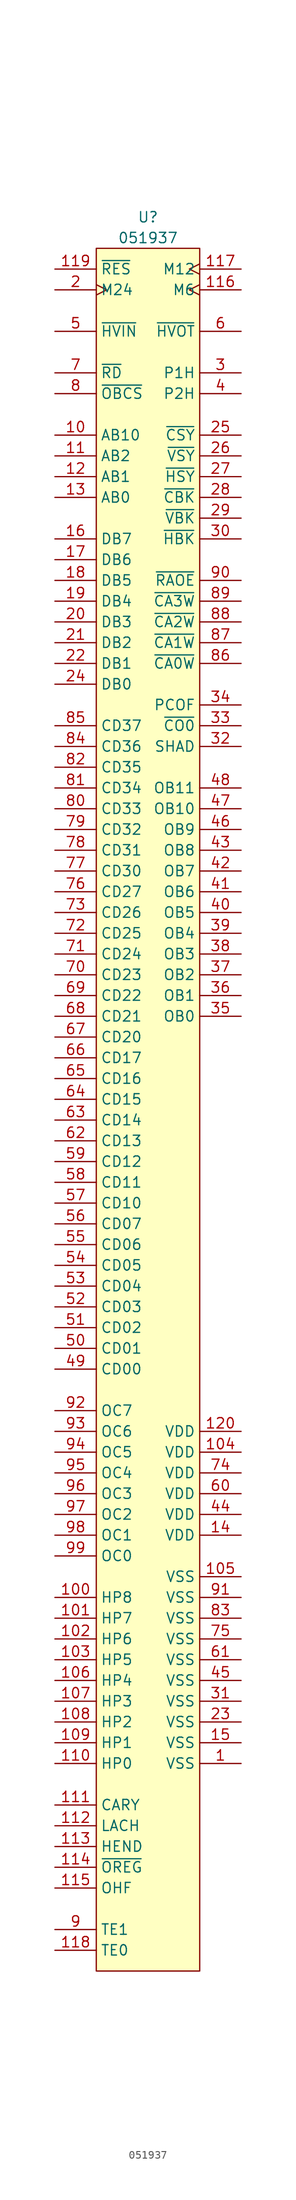
<source format=kicad_sym>
(kicad_symbol_lib
  (version 20231120)
  (generator "kicad_symbol_editor")
  (generator_version "8.0")
  (symbol "051937"
    (property "Reference" "U"
      (at 0 109.22 0)
      (effects (font (size 1.27 1.27))))
    (property "Value" "051937"
      (at 0 106.68 0)
      (effects (font (size 1.27 1.27))))
    (symbol "051937_1_0"
      (pin output line (at 11.43 77.47 180) (length 5.08) (name "~{HSY}" (effects (font (size 1.27 1.27)))) (number "27" (effects (font (size 1.27 1.27))))))
    (symbol "051937_1_1"
      (rectangle (start -6.35 105.41) (end 6.35 -105.41) (stroke (width 0) (type default)) (fill (type background)))
      (pin power_in line (at 11.43 -80.01 180) (length 5.08) (name "VSS" (effects (font (size 1.27 1.27)))) (number "1" (effects (font (size 1.27 1.27)))))
      (pin input line (at -11.43 82.55 0) (length 5.08) (name "AB10" (effects (font (size 1.27 1.27)))) (number "10" (effects (font (size 1.27 1.27)))))
      (pin input line (at -11.43 -59.69 0) (length 5.08) (name "HP8" (effects (font (size 1.27 1.27)))) (number "100" (effects (font (size 1.27 1.27)))))
      (pin input line (at -11.43 -62.23 0) (length 5.08) (name "HP7" (effects (font (size 1.27 1.27)))) (number "101" (effects (font (size 1.27 1.27)))))
      (pin input line (at -11.43 -64.77 0) (length 5.08) (name "HP6" (effects (font (size 1.27 1.27)))) (number "102" (effects (font (size 1.27 1.27)))))
      (pin input line (at -11.43 -67.31 0) (length 5.08) (name "HP5" (effects (font (size 1.27 1.27)))) (number "103" (effects (font (size 1.27 1.27)))))
      (pin power_in line (at 11.43 -41.91 180) (length 5.08) (name "VDD" (effects (font (size 1.27 1.27)))) (number "104" (effects (font (size 1.27 1.27)))))
      (pin power_in line (at 11.43 -57.15 180) (length 5.08) (name "VSS" (effects (font (size 1.27 1.27)))) (number "105" (effects (font (size 1.27 1.27)))))
      (pin input line (at -11.43 -69.85 0) (length 5.08) (name "HP4" (effects (font (size 1.27 1.27)))) (number "106" (effects (font (size 1.27 1.27)))))
      (pin input line (at -11.43 -72.39 0) (length 5.08) (name "HP3" (effects (font (size 1.27 1.27)))) (number "107" (effects (font (size 1.27 1.27)))))
      (pin input line (at -11.43 -74.93 0) (length 5.08) (name "HP2" (effects (font (size 1.27 1.27)))) (number "108" (effects (font (size 1.27 1.27)))))
      (pin input line (at -11.43 -77.47 0) (length 5.08) (name "HP1" (effects (font (size 1.27 1.27)))) (number "109" (effects (font (size 1.27 1.27)))))
      (pin input line (at -11.43 80.01 0) (length 5.08) (name "AB2" (effects (font (size 1.27 1.27)))) (number "11" (effects (font (size 1.27 1.27)))))
      (pin input line (at -11.43 -80.01 0) (length 5.08) (name "HP0" (effects (font (size 1.27 1.27)))) (number "110" (effects (font (size 1.27 1.27)))))
      (pin input line (at -11.43 -85.09 0) (length 5.08) (name "CARY" (effects (font (size 1.27 1.27)))) (number "111" (effects (font (size 1.27 1.27)))))
      (pin input line (at -11.43 -87.63 0) (length 5.08) (name "LACH" (effects (font (size 1.27 1.27)))) (number "112" (effects (font (size 1.27 1.27)))))
      (pin input line (at -11.43 -90.17 0) (length 5.08) (name "HEND" (effects (font (size 1.27 1.27)))) (number "113" (effects (font (size 1.27 1.27)))))
      (pin input line (at -11.43 -92.71 0) (length 5.08) (name "~{OREG}" (effects (font (size 1.27 1.27)))) (number "114" (effects (font (size 1.27 1.27)))))
      (pin input line (at -11.43 -95.25 0) (length 5.08) (name "OHF" (effects (font (size 1.27 1.27)))) (number "115" (effects (font (size 1.27 1.27)))))
      (pin output clock (at 11.43 100.33 180) (length 5.08) (name "M6" (effects (font (size 1.27 1.27)))) (number "116" (effects (font (size 1.27 1.27)))))
      (pin output clock (at 11.43 102.87 180) (length 5.08) (name "M12" (effects (font (size 1.27 1.27)))) (number "117" (effects (font (size 1.27 1.27)))))
      (pin input line (at -11.43 -102.87 0) (length 5.08) (name "TE0" (effects (font (size 1.27 1.27)))) (number "118" (effects (font (size 1.27 1.27)))))
      (pin input line (at -11.43 102.87 0) (length 5.08) (name "~{RES}" (effects (font (size 1.27 1.27)))) (number "119" (effects (font (size 1.27 1.27)))))
      (pin input line (at -11.43 77.47 0) (length 5.08) (name "AB1" (effects (font (size 1.27 1.27)))) (number "12" (effects (font (size 1.27 1.27)))))
      (pin power_in line (at 11.43 -39.37 180) (length 5.08) (name "VDD" (effects (font (size 1.27 1.27)))) (number "120" (effects (font (size 1.27 1.27)))))
      (pin input line (at -11.43 74.93 0) (length 5.08) (name "AB0" (effects (font (size 1.27 1.27)))) (number "13" (effects (font (size 1.27 1.27)))))
      (pin power_in line (at 11.43 -52.07 180) (length 5.08) (name "VDD" (effects (font (size 1.27 1.27)))) (number "14" (effects (font (size 1.27 1.27)))))
      (pin power_in line (at 11.43 -77.47 180) (length 5.08) (name "VSS" (effects (font (size 1.27 1.27)))) (number "15" (effects (font (size 1.27 1.27)))))
      (pin bidirectional line (at -11.43 69.85 0) (length 5.08) (name "DB7" (effects (font (size 1.27 1.27)))) (number "16" (effects (font (size 1.27 1.27)))))
      (pin bidirectional line (at -11.43 67.31 0) (length 5.08) (name "DB6" (effects (font (size 1.27 1.27)))) (number "17" (effects (font (size 1.27 1.27)))))
      (pin bidirectional line (at -11.43 64.77 0) (length 5.08) (name "DB5" (effects (font (size 1.27 1.27)))) (number "18" (effects (font (size 1.27 1.27)))))
      (pin bidirectional line (at -11.43 62.23 0) (length 5.08) (name "DB4" (effects (font (size 1.27 1.27)))) (number "19" (effects (font (size 1.27 1.27)))))
      (pin input clock (at -11.43 100.33 0) (length 5.08) (name "M24" (effects (font (size 1.27 1.27)))) (number "2" (effects (font (size 1.27 1.27)))))
      (pin bidirectional line (at -11.43 59.69 0) (length 5.08) (name "DB3" (effects (font (size 1.27 1.27)))) (number "20" (effects (font (size 1.27 1.27)))))
      (pin bidirectional line (at -11.43 57.15 0) (length 5.08) (name "DB2" (effects (font (size 1.27 1.27)))) (number "21" (effects (font (size 1.27 1.27)))))
      (pin bidirectional line (at -11.43 54.61 0) (length 5.08) (name "DB1" (effects (font (size 1.27 1.27)))) (number "22" (effects (font (size 1.27 1.27)))))
      (pin power_in line (at 11.43 -74.93 180) (length 5.08) (name "VSS" (effects (font (size 1.27 1.27)))) (number "23" (effects (font (size 1.27 1.27)))))
      (pin bidirectional line (at -11.43 52.07 0) (length 5.08) (name "DB0" (effects (font (size 1.27 1.27)))) (number "24" (effects (font (size 1.27 1.27)))))
      (pin output line (at 11.43 82.55 180) (length 5.08) (name "~{CSY}" (effects (font (size 1.27 1.27)))) (number "25" (effects (font (size 1.27 1.27)))))
      (pin output line (at 11.43 80.01 180) (length 5.08) (name "~{VSY}" (effects (font (size 1.27 1.27)))) (number "26" (effects (font (size 1.27 1.27)))))
      (pin output line (at 11.43 74.93 180) (length 5.08) (name "~{CBK}" (effects (font (size 1.27 1.27)))) (number "28" (effects (font (size 1.27 1.27)))))
      (pin output line (at 11.43 72.39 180) (length 5.08) (name "~{VBK}" (effects (font (size 1.27 1.27)))) (number "29" (effects (font (size 1.27 1.27)))))
      (pin output line (at 11.43 90.17 180) (length 5.08) (name "P1H" (effects (font (size 1.27 1.27)))) (number "3" (effects (font (size 1.27 1.27)))))
      (pin output line (at 11.43 69.85 180) (length 5.08) (name "~{HBK}" (effects (font (size 1.27 1.27)))) (number "30" (effects (font (size 1.27 1.27)))))
      (pin power_in line (at 11.43 -72.39 180) (length 5.08) (name "VSS" (effects (font (size 1.27 1.27)))) (number "31" (effects (font (size 1.27 1.27)))))
      (pin output line (at 11.43 44.45 180) (length 5.08) (name "SHAD" (effects (font (size 1.27 1.27)))) (number "32" (effects (font (size 1.27 1.27)))))
      (pin output line (at 11.43 46.99 180) (length 5.08) (name "~{CO0}" (effects (font (size 1.27 1.27)))) (number "33" (effects (font (size 1.27 1.27)))))
      (pin output line (at 11.43 49.53 180) (length 5.08) (name "PCOF" (effects (font (size 1.27 1.27)))) (number "34" (effects (font (size 1.27 1.27)))))
      (pin output line (at 11.43 11.43 180) (length 5.08) (name "OB0" (effects (font (size 1.27 1.27)))) (number "35" (effects (font (size 1.27 1.27)))))
      (pin output line (at 11.43 13.97 180) (length 5.08) (name "OB1" (effects (font (size 1.27 1.27)))) (number "36" (effects (font (size 1.27 1.27)))))
      (pin output line (at 11.43 16.51 180) (length 5.08) (name "OB2" (effects (font (size 1.27 1.27)))) (number "37" (effects (font (size 1.27 1.27)))))
      (pin output line (at 11.43 19.05 180) (length 5.08) (name "OB3" (effects (font (size 1.27 1.27)))) (number "38" (effects (font (size 1.27 1.27)))))
      (pin output line (at 11.43 21.59 180) (length 5.08) (name "OB4" (effects (font (size 1.27 1.27)))) (number "39" (effects (font (size 1.27 1.27)))))
      (pin output line (at 11.43 87.63 180) (length 5.08) (name "P2H" (effects (font (size 1.27 1.27)))) (number "4" (effects (font (size 1.27 1.27)))))
      (pin output line (at 11.43 24.13 180) (length 5.08) (name "OB5" (effects (font (size 1.27 1.27)))) (number "40" (effects (font (size 1.27 1.27)))))
      (pin output line (at 11.43 26.67 180) (length 5.08) (name "OB6" (effects (font (size 1.27 1.27)))) (number "41" (effects (font (size 1.27 1.27)))))
      (pin output line (at 11.43 29.21 180) (length 5.08) (name "OB7" (effects (font (size 1.27 1.27)))) (number "42" (effects (font (size 1.27 1.27)))))
      (pin output line (at 11.43 31.75 180) (length 5.08) (name "OB8" (effects (font (size 1.27 1.27)))) (number "43" (effects (font (size 1.27 1.27)))))
      (pin power_in line (at 11.43 -49.53 180) (length 5.08) (name "VDD" (effects (font (size 1.27 1.27)))) (number "44" (effects (font (size 1.27 1.27)))))
      (pin power_in line (at 11.43 -69.85 180) (length 5.08) (name "VSS" (effects (font (size 1.27 1.27)))) (number "45" (effects (font (size 1.27 1.27)))))
      (pin output line (at 11.43 34.29 180) (length 5.08) (name "OB9" (effects (font (size 1.27 1.27)))) (number "46" (effects (font (size 1.27 1.27)))))
      (pin output line (at 11.43 36.83 180) (length 5.08) (name "OB10" (effects (font (size 1.27 1.27)))) (number "47" (effects (font (size 1.27 1.27)))))
      (pin output line (at 11.43 39.37 180) (length 5.08) (name "OB11" (effects (font (size 1.27 1.27)))) (number "48" (effects (font (size 1.27 1.27)))))
      (pin bidirectional line (at -11.43 -31.75 0) (length 5.08) (name "CD00" (effects (font (size 1.27 1.27)))) (number "49" (effects (font (size 1.27 1.27)))))
      (pin input line (at -11.43 95.25 0) (length 5.08) (name "~{HVIN}" (effects (font (size 1.27 1.27)))) (number "5" (effects (font (size 1.27 1.27)))))
      (pin bidirectional line (at -11.43 -29.21 0) (length 5.08) (name "CD01" (effects (font (size 1.27 1.27)))) (number "50" (effects (font (size 1.27 1.27)))))
      (pin bidirectional line (at -11.43 -26.67 0) (length 5.08) (name "CD02" (effects (font (size 1.27 1.27)))) (number "51" (effects (font (size 1.27 1.27)))))
      (pin bidirectional line (at -11.43 -24.13 0) (length 5.08) (name "CD03" (effects (font (size 1.27 1.27)))) (number "52" (effects (font (size 1.27 1.27)))))
      (pin bidirectional line (at -11.43 -21.59 0) (length 5.08) (name "CD04" (effects (font (size 1.27 1.27)))) (number "53" (effects (font (size 1.27 1.27)))))
      (pin bidirectional line (at -11.43 -19.05 0) (length 5.08) (name "CD05" (effects (font (size 1.27 1.27)))) (number "54" (effects (font (size 1.27 1.27)))))
      (pin bidirectional line (at -11.43 -16.51 0) (length 5.08) (name "CD06" (effects (font (size 1.27 1.27)))) (number "55" (effects (font (size 1.27 1.27)))))
      (pin bidirectional line (at -11.43 -13.97 0) (length 5.08) (name "CD07" (effects (font (size 1.27 1.27)))) (number "56" (effects (font (size 1.27 1.27)))))
      (pin bidirectional line (at -11.43 -11.43 0) (length 5.08) (name "CD10" (effects (font (size 1.27 1.27)))) (number "57" (effects (font (size 1.27 1.27)))))
      (pin bidirectional line (at -11.43 -8.89 0) (length 5.08) (name "CD11" (effects (font (size 1.27 1.27)))) (number "58" (effects (font (size 1.27 1.27)))))
      (pin bidirectional line (at -11.43 -6.35 0) (length 5.08) (name "CD12" (effects (font (size 1.27 1.27)))) (number "59" (effects (font (size 1.27 1.27)))))
      (pin output line (at 11.43 95.25 180) (length 5.08) (name "~{HVOT}" (effects (font (size 1.27 1.27)))) (number "6" (effects (font (size 1.27 1.27)))))
      (pin power_in line (at 11.43 -46.99 180) (length 5.08) (name "VDD" (effects (font (size 1.27 1.27)))) (number "60" (effects (font (size 1.27 1.27)))))
      (pin power_in line (at 11.43 -67.31 180) (length 5.08) (name "VSS" (effects (font (size 1.27 1.27)))) (number "61" (effects (font (size 1.27 1.27)))))
      (pin bidirectional line (at -11.43 -3.81 0) (length 5.08) (name "CD13" (effects (font (size 1.27 1.27)))) (number "62" (effects (font (size 1.27 1.27)))))
      (pin bidirectional line (at -11.43 -1.27 0) (length 5.08) (name "CD14" (effects (font (size 1.27 1.27)))) (number "63" (effects (font (size 1.27 1.27)))))
      (pin bidirectional line (at -11.43 1.27 0) (length 5.08) (name "CD15" (effects (font (size 1.27 1.27)))) (number "64" (effects (font (size 1.27 1.27)))))
      (pin bidirectional line (at -11.43 3.81 0) (length 5.08) (name "CD16" (effects (font (size 1.27 1.27)))) (number "65" (effects (font (size 1.27 1.27)))))
      (pin bidirectional line (at -11.43 6.35 0) (length 5.08) (name "CD17" (effects (font (size 1.27 1.27)))) (number "66" (effects (font (size 1.27 1.27)))))
      (pin bidirectional line (at -11.43 8.89 0) (length 5.08) (name "CD20" (effects (font (size 1.27 1.27)))) (number "67" (effects (font (size 1.27 1.27)))))
      (pin bidirectional line (at -11.43 11.43 0) (length 5.08) (name "CD21" (effects (font (size 1.27 1.27)))) (number "68" (effects (font (size 1.27 1.27)))))
      (pin bidirectional line (at -11.43 13.97 0) (length 5.08) (name "CD22" (effects (font (size 1.27 1.27)))) (number "69" (effects (font (size 1.27 1.27)))))
      (pin input line (at -11.43 90.17 0) (length 5.08) (name "~{RD}" (effects (font (size 1.27 1.27)))) (number "7" (effects (font (size 1.27 1.27)))))
      (pin bidirectional line (at -11.43 16.51 0) (length 5.08) (name "CD23" (effects (font (size 1.27 1.27)))) (number "70" (effects (font (size 1.27 1.27)))))
      (pin bidirectional line (at -11.43 19.05 0) (length 5.08) (name "CD24" (effects (font (size 1.27 1.27)))) (number "71" (effects (font (size 1.27 1.27)))))
      (pin bidirectional line (at -11.43 21.59 0) (length 5.08) (name "CD25" (effects (font (size 1.27 1.27)))) (number "72" (effects (font (size 1.27 1.27)))))
      (pin bidirectional line (at -11.43 24.13 0) (length 5.08) (name "CD26" (effects (font (size 1.27 1.27)))) (number "73" (effects (font (size 1.27 1.27)))))
      (pin power_in line (at 11.43 -44.45 180) (length 5.08) (name "VDD" (effects (font (size 1.27 1.27)))) (number "74" (effects (font (size 1.27 1.27)))))
      (pin power_in line (at 11.43 -64.77 180) (length 5.08) (name "VSS" (effects (font (size 1.27 1.27)))) (number "75" (effects (font (size 1.27 1.27)))))
      (pin bidirectional line (at -11.43 26.67 0) (length 5.08) (name "CD27" (effects (font (size 1.27 1.27)))) (number "76" (effects (font (size 1.27 1.27)))))
      (pin bidirectional line (at -11.43 29.21 0) (length 5.08) (name "CD30" (effects (font (size 1.27 1.27)))) (number "77" (effects (font (size 1.27 1.27)))))
      (pin bidirectional line (at -11.43 31.75 0) (length 5.08) (name "CD31" (effects (font (size 1.27 1.27)))) (number "78" (effects (font (size 1.27 1.27)))))
      (pin bidirectional line (at -11.43 34.29 0) (length 5.08) (name "CD32" (effects (font (size 1.27 1.27)))) (number "79" (effects (font (size 1.27 1.27)))))
      (pin input line (at -11.43 87.63 0) (length 5.08) (name "~{OBCS}" (effects (font (size 1.27 1.27)))) (number "8" (effects (font (size 1.27 1.27)))))
      (pin bidirectional line (at -11.43 36.83 0) (length 5.08) (name "CD33" (effects (font (size 1.27 1.27)))) (number "80" (effects (font (size 1.27 1.27)))))
      (pin bidirectional line (at -11.43 39.37 0) (length 5.08) (name "CD34" (effects (font (size 1.27 1.27)))) (number "81" (effects (font (size 1.27 1.27)))))
      (pin bidirectional line (at -11.43 41.91 0) (length 5.08) (name "CD35" (effects (font (size 1.27 1.27)))) (number "82" (effects (font (size 1.27 1.27)))))
      (pin power_in line (at 11.43 -62.23 180) (length 5.08) (name "VSS" (effects (font (size 1.27 1.27)))) (number "83" (effects (font (size 1.27 1.27)))))
      (pin bidirectional line (at -11.43 44.45 0) (length 5.08) (name "CD36" (effects (font (size 1.27 1.27)))) (number "84" (effects (font (size 1.27 1.27)))))
      (pin bidirectional line (at -11.43 46.99 0) (length 5.08) (name "CD37" (effects (font (size 1.27 1.27)))) (number "85" (effects (font (size 1.27 1.27)))))
      (pin output line (at 11.43 54.61 180) (length 5.08) (name "~{CA0W}" (effects (font (size 1.27 1.27)))) (number "86" (effects (font (size 1.27 1.27)))))
      (pin output line (at 11.43 57.15 180) (length 5.08) (name "~{CA1W}" (effects (font (size 1.27 1.27)))) (number "87" (effects (font (size 1.27 1.27)))))
      (pin output line (at 11.43 59.69 180) (length 5.08) (name "~{CA2W}" (effects (font (size 1.27 1.27)))) (number "88" (effects (font (size 1.27 1.27)))))
      (pin output line (at 11.43 62.23 180) (length 5.08) (name "~{CA3W}" (effects (font (size 1.27 1.27)))) (number "89" (effects (font (size 1.27 1.27)))))
      (pin input line (at -11.43 -100.33 0) (length 5.08) (name "TE1" (effects (font (size 1.27 1.27)))) (number "9" (effects (font (size 1.27 1.27)))))
      (pin output line (at 11.43 64.77 180) (length 5.08) (name "~{RAOE}" (effects (font (size 1.27 1.27)))) (number "90" (effects (font (size 1.27 1.27)))))
      (pin power_in line (at 11.43 -59.69 180) (length 5.08) (name "VSS" (effects (font (size 1.27 1.27)))) (number "91" (effects (font (size 1.27 1.27)))))
      (pin input line (at -11.43 -36.83 0) (length 5.08) (name "OC7" (effects (font (size 1.27 1.27)))) (number "92" (effects (font (size 1.27 1.27)))))
      (pin input line (at -11.43 -39.37 0) (length 5.08) (name "OC6" (effects (font (size 1.27 1.27)))) (number "93" (effects (font (size 1.27 1.27)))))
      (pin input line (at -11.43 -41.91 0) (length 5.08) (name "OC5" (effects (font (size 1.27 1.27)))) (number "94" (effects (font (size 1.27 1.27)))))
      (pin input line (at -11.43 -44.45 0) (length 5.08) (name "OC4" (effects (font (size 1.27 1.27)))) (number "95" (effects (font (size 1.27 1.27)))))
      (pin input line (at -11.43 -46.99 0) (length 5.08) (name "OC3" (effects (font (size 1.27 1.27)))) (number "96" (effects (font (size 1.27 1.27)))))
      (pin input line (at -11.43 -49.53 0) (length 5.08) (name "OC2" (effects (font (size 1.27 1.27)))) (number "97" (effects (font (size 1.27 1.27)))))
      (pin input line (at -11.43 -52.07 0) (length 5.08) (name "OC1" (effects (font (size 1.27 1.27)))) (number "98" (effects (font (size 1.27 1.27)))))
      (pin input line (at -11.43 -54.61 0) (length 5.08) (name "OC0" (effects (font (size 1.27 1.27)))) (number "99" (effects (font (size 1.27 1.27))))))))
</source>
